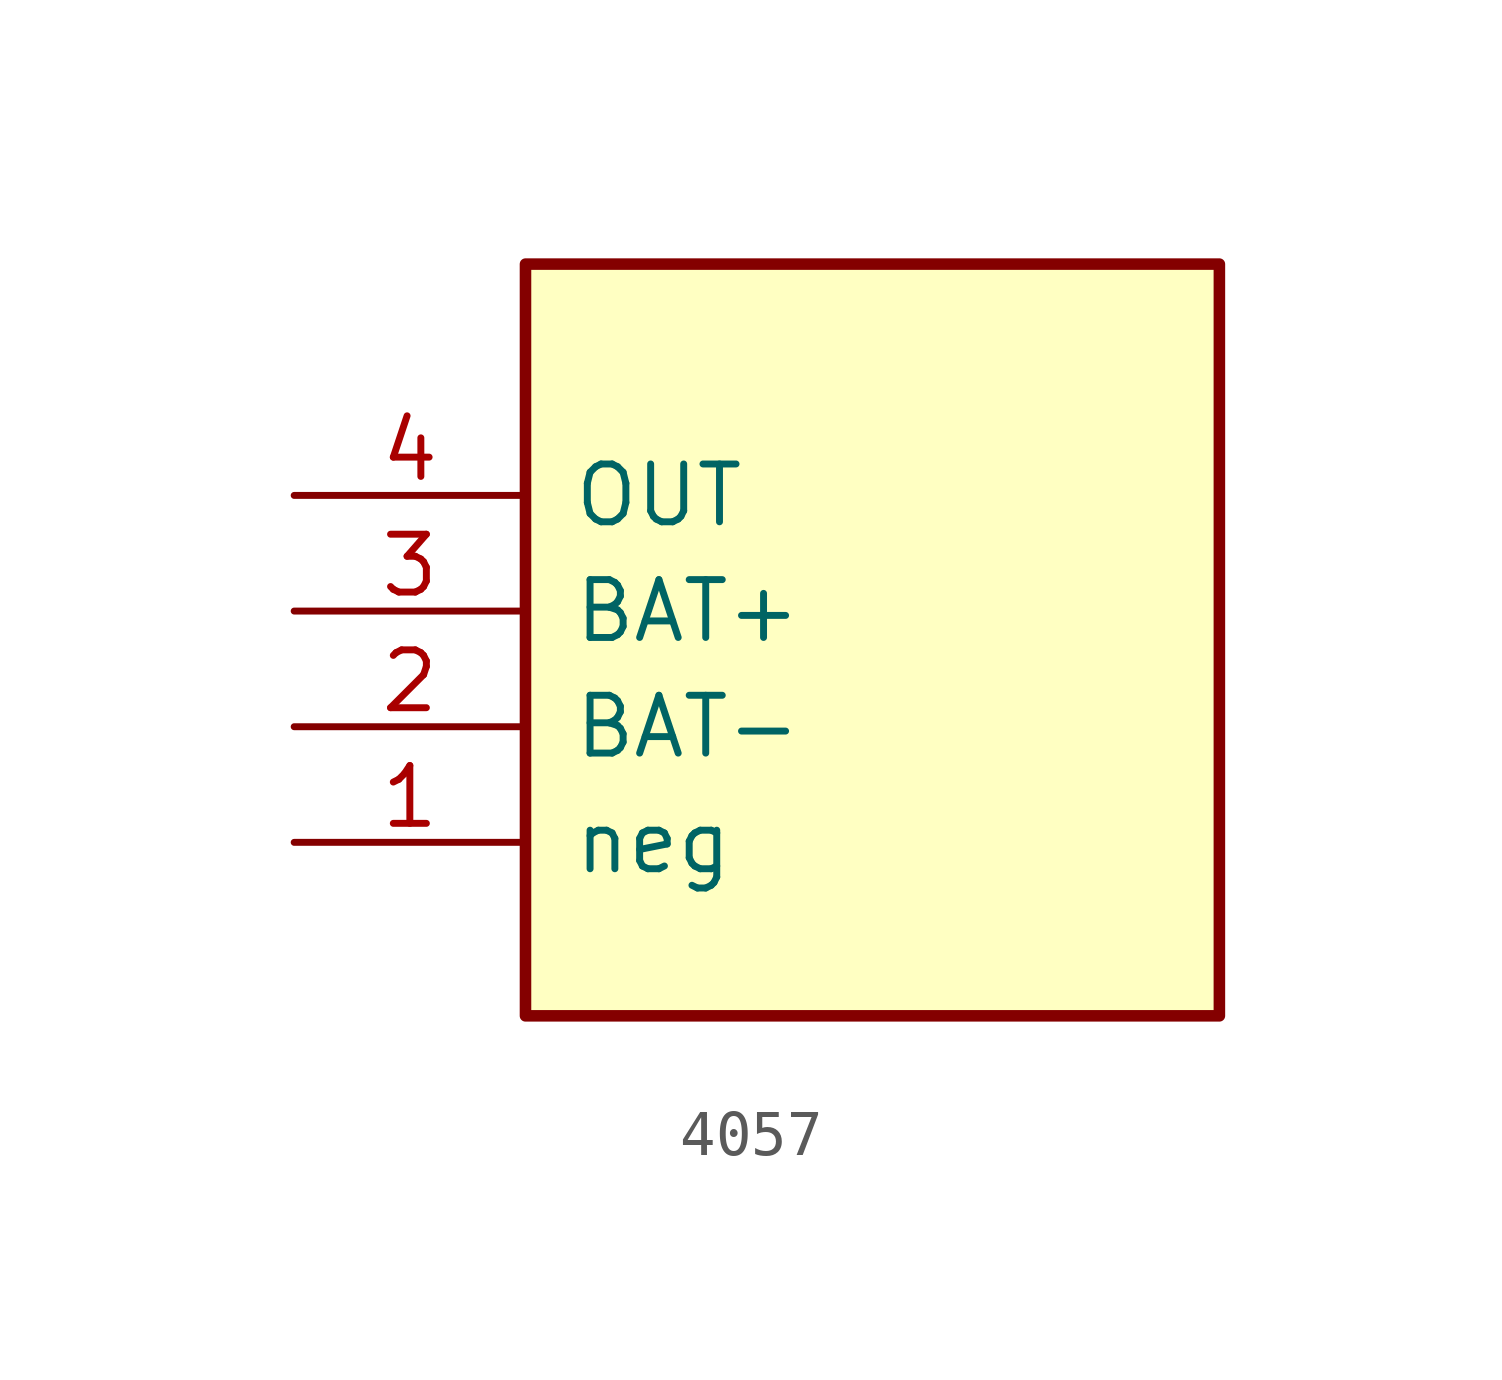
<source format=kicad_sym>
(kicad_symbol_lib
  (version 20231120)
  (generator "kicad_symbol_editor")
  (generator_version "8.99")
  (symbol "4057"
    (pin_names
      (offset 1.016))
    (property "Reference" "TP4057"
      (at -7.62 13.97 0)
      (effects (font (size 1.27 1.27)) (hide yes)))
    (property "ki_locked" ""
      (at 0 0 0)
      (effects (font (size 1.27 1.27))))
    (symbol "4057_1_0"
      (pin input line (at -12.7 0 0) (length 5.08) (name "neg" (effects (font (size 1.27 1.27)))) (number "1" (effects (font (size 1.27 1.27)))))
      (pin input line (at -12.7 2.54 0) (length 5.08) (name "BAT-" (effects (font (size 1.27 1.27)))) (number "2" (effects (font (size 1.27 1.27)))))
      (pin input line (at -12.7 5.08 0) (length 5.08) (name "BAT+" (effects (font (size 1.27 1.27)))) (number "3" (effects (font (size 1.27 1.27)))))
      (pin input line (at -12.7 7.62 0) (length 5.08) (name "OUT" (effects (font (size 1.27 1.27)))) (number "4" (effects (font (size 1.27 1.27))))))
    (symbol "4057_1_1"
      (rectangle (start -7.62 12.7) (end 7.62 -3.81) (stroke (width 0.254) (type default)) (fill (type background))))))
</source>
